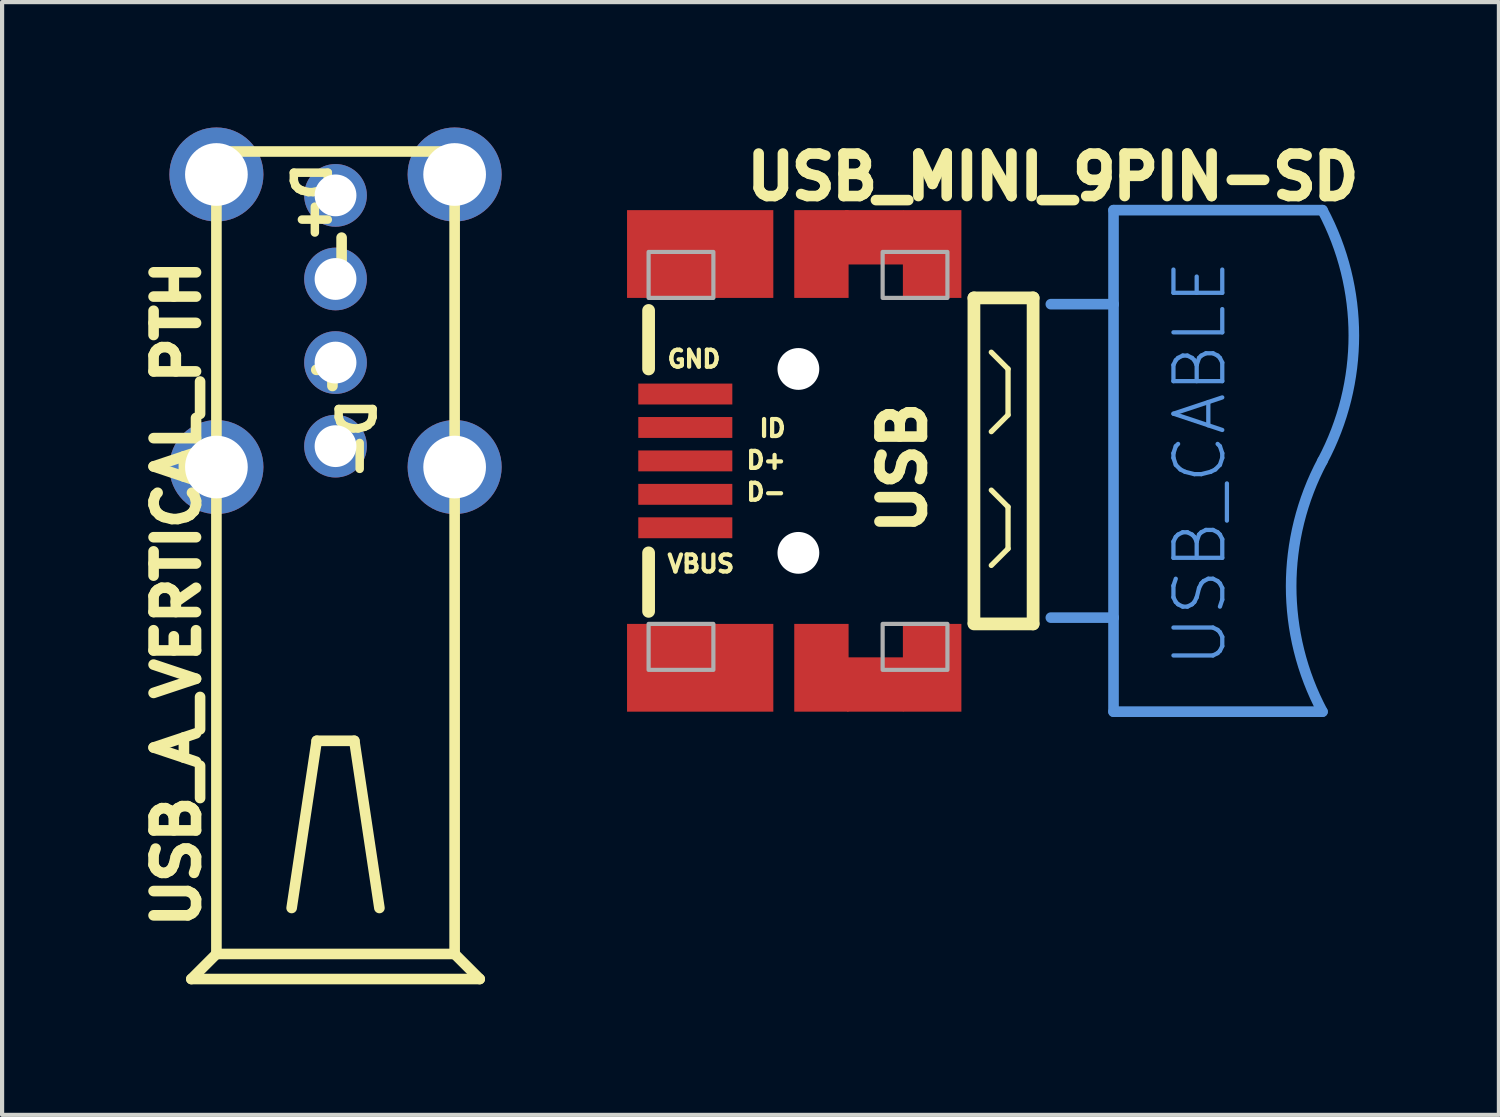
<source format=kicad_pcb>
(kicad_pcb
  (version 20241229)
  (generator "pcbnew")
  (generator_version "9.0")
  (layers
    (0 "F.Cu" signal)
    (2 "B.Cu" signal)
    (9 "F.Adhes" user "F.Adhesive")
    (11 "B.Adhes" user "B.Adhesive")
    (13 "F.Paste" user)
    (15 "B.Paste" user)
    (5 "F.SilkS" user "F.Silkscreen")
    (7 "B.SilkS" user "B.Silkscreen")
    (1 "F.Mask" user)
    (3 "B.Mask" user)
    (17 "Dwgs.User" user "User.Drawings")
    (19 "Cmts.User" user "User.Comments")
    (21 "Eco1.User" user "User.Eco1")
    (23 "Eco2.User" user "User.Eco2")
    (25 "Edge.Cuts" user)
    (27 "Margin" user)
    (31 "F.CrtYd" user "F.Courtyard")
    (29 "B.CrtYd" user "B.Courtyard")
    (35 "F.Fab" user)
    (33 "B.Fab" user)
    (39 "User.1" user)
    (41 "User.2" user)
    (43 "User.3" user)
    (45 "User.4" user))
  (footprint "USB_MINI_9PIN-SD"
    (layer "F.Cu")
    (at 17.069 7.978)
    (property "Reference" "USB_MINI_9PIN-SD" (at -2.376 -6.2 0) (layer "F.SilkS") (effects (font (size 1.016 1.016) (thickness 0.254)) (justify left bottom)))
    (fp_poly (pts (xy -1.115 -3.9) (xy 0.185 -3.9) (xy 0.185 -6) (xy -1.115 -6)) (stroke (width 0) (type solid)) (fill yes) (layer "F.Cu"))
    (fp_poly (pts (xy -1.115 6) (xy 0.185 6) (xy 0.185 3.9) (xy -1.115 3.9)) (stroke (width 0) (type solid)) (fill yes) (layer "F.Cu"))
    (fp_poly (pts (xy 0.1 -4.7) (xy 1.5 -4.7) (xy 1.5 -6) (xy 0.1 -6)) (stroke (width 0) (type solid)) (fill yes) (layer "F.Cu"))
    (fp_poly (pts (xy 0.15 6) (xy 1.5 6) (xy 1.5 4.7) (xy 0.15 4.7)) (stroke (width 0) (type solid)) (fill yes) (layer "F.Cu"))
    (fp_poly (pts (xy -4.9 -3.9) (xy -2.75 -3.9) (xy -2.75 -5.5) (xy -4.9 -5.5)) (stroke (width 0) (type solid)) (fill yes) (layer "F.Mask"))
    (fp_poly (pts (xy -4.9 5.5) (xy -2.75 5.5) (xy -2.75 3.9) (xy -4.9 3.9)) (stroke (width 0) (type solid)) (fill yes) (layer "F.Mask"))
    (fp_poly (pts (xy 0.65 -4.65) (xy 2.9 -4.65) (xy 2.9 -5.5) (xy 0.65 -5.5)) (stroke (width 0) (type solid)) (fill yes) (layer "F.Mask"))
    (fp_poly (pts (xy 0.65 5.5) (xy 2.9 5.5) (xy 2.9 4.65) (xy 0.65 4.65)) (stroke (width 0) (type solid)) (fill yes) (layer "F.Mask"))
    (fp_poly (pts (xy 1.45 -3.85) (xy 2.9 -3.85) (xy 2.9 -4.7) (xy 1.45 -4.7)) (stroke (width 0) (type solid)) (fill yes) (layer "F.Mask"))
    (fp_poly (pts (xy 1.45 4.7) (xy 2.9 4.7) (xy 2.9 3.85) (xy 1.45 3.85)) (stroke (width 0) (type solid)) (fill yes) (layer "F.Mask"))
    (fp_line (start -4.6 -3.6) (end -4.6 -2.2) (stroke (width 0.305) (type solid)) (layer "F.SilkS"))
    (fp_line (start -4.6 2.2) (end -4.6 3.6) (stroke (width 0.305) (type solid)) (layer "F.SilkS"))
    (fp_line (start 3.184 3.875) (end 3.184 -3.9) (stroke (width 0.305) (type solid)) (layer "F.SilkS"))
    (fp_line (start 3.184 3.9) (end 4.6 3.9) (stroke (width 0.305) (type solid)) (layer "F.SilkS"))
    (fp_line (start 4 -2.2) (end 3.6 -2.6) (stroke (width 0.127) (type solid)) (layer "F.SilkS"))
    (fp_line (start 4 -1.1) (end 3.6 -0.7) (stroke (width 0.127) (type solid)) (layer "F.SilkS"))
    (fp_line (start 4 -1.1) (end 4 -2.2) (stroke (width 0.127) (type solid)) (layer "F.SilkS"))
    (fp_line (start 4 1.1) (end 3.6 0.7) (stroke (width 0.127) (type solid)) (layer "F.SilkS"))
    (fp_line (start 4 2.1) (end 3.6 2.5) (stroke (width 0.127) (type solid)) (layer "F.SilkS"))
    (fp_line (start 4 2.1) (end 4 1.1) (stroke (width 0.127) (type solid)) (layer "F.SilkS"))
    (fp_line (start 4.6 -3.9) (end 3.184 -3.9) (stroke (width 0.305) (type solid)) (layer "F.SilkS"))
    (fp_line (start 4.6 3.9) (end 4.6 -3.9) (stroke (width 0.305) (type solid)) (layer "F.SilkS"))
    (fp_poly (pts (xy -4.9 -3.9) (xy -2.55 -3.9) (xy -2.55 -5.7) (xy -4.9 -5.7)) (stroke (width 0) (type solid)) (fill yes) (layer "F.Paste"))
    (fp_poly (pts (xy -4.9 5.7) (xy -2.55 5.7) (xy -2.55 3.9) (xy -4.9 3.9)) (stroke (width 0) (type solid)) (fill yes) (layer "F.Paste"))
    (fp_poly (pts (xy 0.45 5.7) (xy 2.9 5.7) (xy 2.9 4.7) (xy 0.45 4.7)) (stroke (width 0) (type solid)) (fill yes) (layer "F.Paste"))
    (fp_poly (pts (xy 1.45 -3.85) (xy 2.9 -3.85) (xy 2.9 -4.75) (xy 1.45 -4.75)) (stroke (width 0) (type solid)) (fill yes) (layer "F.Paste"))
    (fp_poly (pts (xy 1.45 4.75) (xy 2.9 4.75) (xy 2.9 3.85) (xy 1.45 3.85)) (stroke (width 0) (type solid)) (fill yes) (layer "F.Paste"))
    (fp_poly (pts (xy 2.9 -5.7) (xy 0.45 -5.7) (xy 0.45 -4.7) (xy 2.9 -4.7)) (stroke (width 0) (type solid)) (fill yes) (layer "F.Paste"))
    (fp_line (start 5.024 -3.75) (end 6.524 -3.75) (stroke (width 0.254) (type solid)) (layer "Cmts.User"))
    (fp_line (start 6.524 -6) (end 11.524 -6) (stroke (width 0.254) (type solid)) (layer "Cmts.User"))
    (fp_line (start 6.524 -3.75) (end 6.524 -6) (stroke (width 0.254) (type solid)) (layer "Cmts.User"))
    (fp_line (start 6.524 -3.75) (end 6.524 3.75) (stroke (width 0.254) (type solid)) (layer "Cmts.User"))
    (fp_line (start 6.524 3.75) (end 5.024 3.75) (stroke (width 0.254) (type solid)) (layer "Cmts.User"))
    (fp_line (start 6.524 3.75) (end 6.524 6) (stroke (width 0.254) (type solid)) (layer "Cmts.User"))
    (fp_line (start 6.524 6) (end 11.524 6) (stroke (width 0.254) (type solid)) (layer "Cmts.User"))
    (fp_arc (start 11.524 -6) (mid 12.274 -3) (end 11.524 0) (stroke (width 0.254) (type solid)) (layer "Cmts.User"))
    (fp_arc (start 11.524 6) (mid 10.774 3) (end 11.524 0.000001) (stroke (width 0.254) (type solid)) (layer "Cmts.User"))
    (fp_poly (pts (xy -4.6 -3.9) (xy -3.05 -3.9) (xy -3.05 -5) (xy -4.6 -5)) (stroke (width 0.1) (type solid)) (fill no) (layer "F.Fab"))
    (fp_poly (pts (xy -4.6 5) (xy -3.05 5) (xy -3.05 3.9) (xy -4.6 3.9)) (stroke (width 0.1) (type solid)) (fill no) (layer "F.Fab"))
    (fp_poly (pts (xy 1 -3.9) (xy 2.55 -3.9) (xy 2.55 -5) (xy 1 -5)) (stroke (width 0.1) (type solid)) (fill no) (layer "F.Fab"))
    (fp_poly (pts (xy 1 5) (xy 2.55 5) (xy 2.55 3.9) (xy 1 3.9)) (stroke (width 0.1) (type solid)) (fill no) (layer "F.Fab"))
    (fp_text user "D-" (at -1.268 0.508 0) (layer "F.SilkS") (effects (font (size 0.406 0.406) (thickness 0.102)) (justify right top)))
    (fp_text user "D+" (at -1.268 -0.254 0) (layer "F.SilkS") (effects (font (size 0.406 0.406) (thickness 0.102)) (justify right top)))
    (fp_text user "GND" (at -4.2 -2.2 0) (layer "F.SilkS") (effects (font (size 0.406 0.406) (thickness 0.102)) (justify left bottom)))
    (fp_text user "VBUS" (at -4.2 2.7 0) (layer "F.SilkS") (effects (font (size 0.406 0.406) (thickness 0.102)) (justify left bottom)))
    (fp_text user "ID" (at -1.268 -1.016 0) (layer "F.SilkS") (effects (font (size 0.406 0.406) (thickness 0.102)) (justify right top)))
    (fp_text user "USB" (at 0.889 -1.524 90) (layer "F.SilkS") (effects (font (size 1.016 1.016) (thickness 0.254)) (justify right top)))
    (fp_text user "USB_CABLE" (at 9.274 5 90) (layer "Cmts.User") (effects (font (size 1.168 1.168) (thickness 0.102)) (justify left bottom)))
    (pad "" np_thru_hole circle (at -1.016 -2.2) (size 1 1) (drill 1) (layers "*.Cu" "*.Mask"))
    (pad "" np_thru_hole circle (at -1.016 2.2) (size 1 1) (drill 1) (layers "*.Cu" "*.Mask"))
    (pad "D+" smd rect (at -3.722 0 180) (size 2.25 0.5) (layers "F.Cu" "F.Mask" "F.Paste"))
    (pad "D-" smd rect (at -3.722 0.8 180) (size 2.25 0.5) (layers "F.Cu" "F.Mask" "F.Paste"))
    (pad "GND" smd rect (at -3.722 -1.6 180) (size 2.25 0.5) (layers "F.Cu" "F.Mask" "F.Paste"))
    (pad "GND1" smd rect (at 2.184 4.95 180) (size 1.4 2.1) (layers "F.Cu"))
    (pad "GND2" smd rect (at -3.366 4.95 180) (size 3.5 2.1) (layers "F.Cu"))
    (pad "GND3" smd rect (at 2.184 -4.95 180) (size 1.4 2.1) (layers "F.Cu"))
    (pad "GND4" smd rect (at -3.366 -4.95 180) (size 3.5 2.1) (layers "F.Cu"))
    (pad "ID" smd rect (at -3.722 -0.8 180) (size 2.25 0.5) (layers "F.Cu" "F.Mask" "F.Paste"))
    (pad "VBUS" smd rect (at -3.722 1.6 180) (size 2.25 0.5) (layers "F.Cu" "F.Mask" "F.Paste"))
    (zone (net_name "") (layer "F.Cu") (hatch edge 0.508) (connect_pads) (min_thickness 0.254) (filled_areas_thickness no) (keepout (tracks not_allowed) (vias not_allowed) (pads not_allowed) (copperpour not_allowed) (footprints allowed)) (placement (enabled no)) (fill) (polygon (pts (xy 19.953 4.878) (xy 18.753 4.878) (xy 18.753 11.078) (xy 19.953 11.078)))))
  (footprint "USB_A_VERTICAL_PTH"
    (layer "F.Cu")
    (at 1.528 20.375)
    (property "Reference" "USB_A_VERTICAL_PTH" (at 0.25 -1.115 90) (layer "F.SilkS") (effects (font (size 1.016 1.016) (thickness 0.254)) (justify left bottom)))
    (fp_line (start 0 0) (end 6.9 0) (stroke (width 0.254) (type solid)) (layer "F.SilkS"))
    (fp_line (start 0.6 -19.8) (end 6.3 -19.8) (stroke (width 0.254) (type solid)) (layer "F.SilkS"))
    (fp_line (start 0.6 -0.6) (end 0 0) (stroke (width 0.254) (type solid)) (layer "F.SilkS"))
    (fp_line (start 0.6 -0.6) (end 0.6 -19.8) (stroke (width 0.254) (type solid)) (layer "F.SilkS"))
    (fp_line (start 2.4 -1.7) (end 3 -5.7) (stroke (width 0.254) (type solid)) (layer "F.SilkS"))
    (fp_line (start 3 -5.7) (end 3.9 -5.7) (stroke (width 0.254) (type solid)) (layer "F.SilkS"))
    (fp_line (start 3.9 -5.7) (end 4.5 -1.7) (stroke (width 0.254) (type solid)) (layer "F.SilkS"))
    (fp_line (start 6.3 -19.8) (end 6.3 -0.6) (stroke (width 0.254) (type solid)) (layer "F.SilkS"))
    (fp_line (start 6.3 -0.6) (end 0.6 -0.6) (stroke (width 0.254) (type solid)) (layer "F.SilkS"))
    (fp_line (start 6.9 0) (end 6.3 -0.6) (stroke (width 0.254) (type solid)) (layer "F.SilkS"))
    (fp_text user "D-" (at 4.448 -13.966 270) (layer "F.SilkS") (effects (font (size 0.813 0.813) (thickness 0.203)) (justify left bottom mirror)))
    (fp_text user "D+" (at 2.424 -17.534 270) (layer "F.SilkS") (effects (font (size 0.813 0.813) (thickness 0.203)) (justify right top mirror)))
    (fp_text user "+" (at 2.712 -13.78 270) (layer "F.SilkS") (effects (font (size 1.016 1.016) (thickness 0.254)) (justify right top mirror)))
    (fp_text user "-" (at 4.12 -18.148 270) (layer "F.SilkS") (effects (font (size 1.016 1.016) (thickness 0.254)) (justify left bottom mirror)))
    (pad "1" thru_hole circle (at 3.45 -12.75) (size 1.5 1.5) (drill 1) (layers "*.Cu" "*.Mask"))
    (pad "2" thru_hole circle (at 3.45 -14.75) (size 1.5 1.5) (drill 1) (layers "*.Cu" "*.Mask"))
    (pad "3" thru_hole circle (at 3.45 -16.75) (size 1.5 1.5) (drill 1) (layers "*.Cu" "*.Mask"))
    (pad "4" thru_hole circle (at 3.45 -18.75) (size 1.5 1.5) (drill 1) (layers "*.Cu" "*.Mask"))
    (pad "P$1" thru_hole circle (at 0.6 -12.25) (size 2.25 2.25) (drill 1.5) (layers "*.Cu" "*.Mask"))
    (pad "P$2" thru_hole circle (at 6.3 -12.25) (size 2.25 2.25) (drill 1.5) (layers "*.Cu" "*.Mask"))
    (pad "P$3" thru_hole circle (at 6.3 -19.25) (size 2.25 2.25) (drill 1.5) (layers "*.Cu" "*.Mask"))
    (pad "P$4" thru_hole circle (at 0.6 -19.25) (size 2.25 2.25) (drill 1.5) (layers "*.Cu" "*.Mask")))
  (gr_rect
    (start -3 -3)
    (end 32.814 23.625)
    (stroke (width 0.1) (type default))
    (fill no)
    (layer "Edge.Cuts")))
</source>
